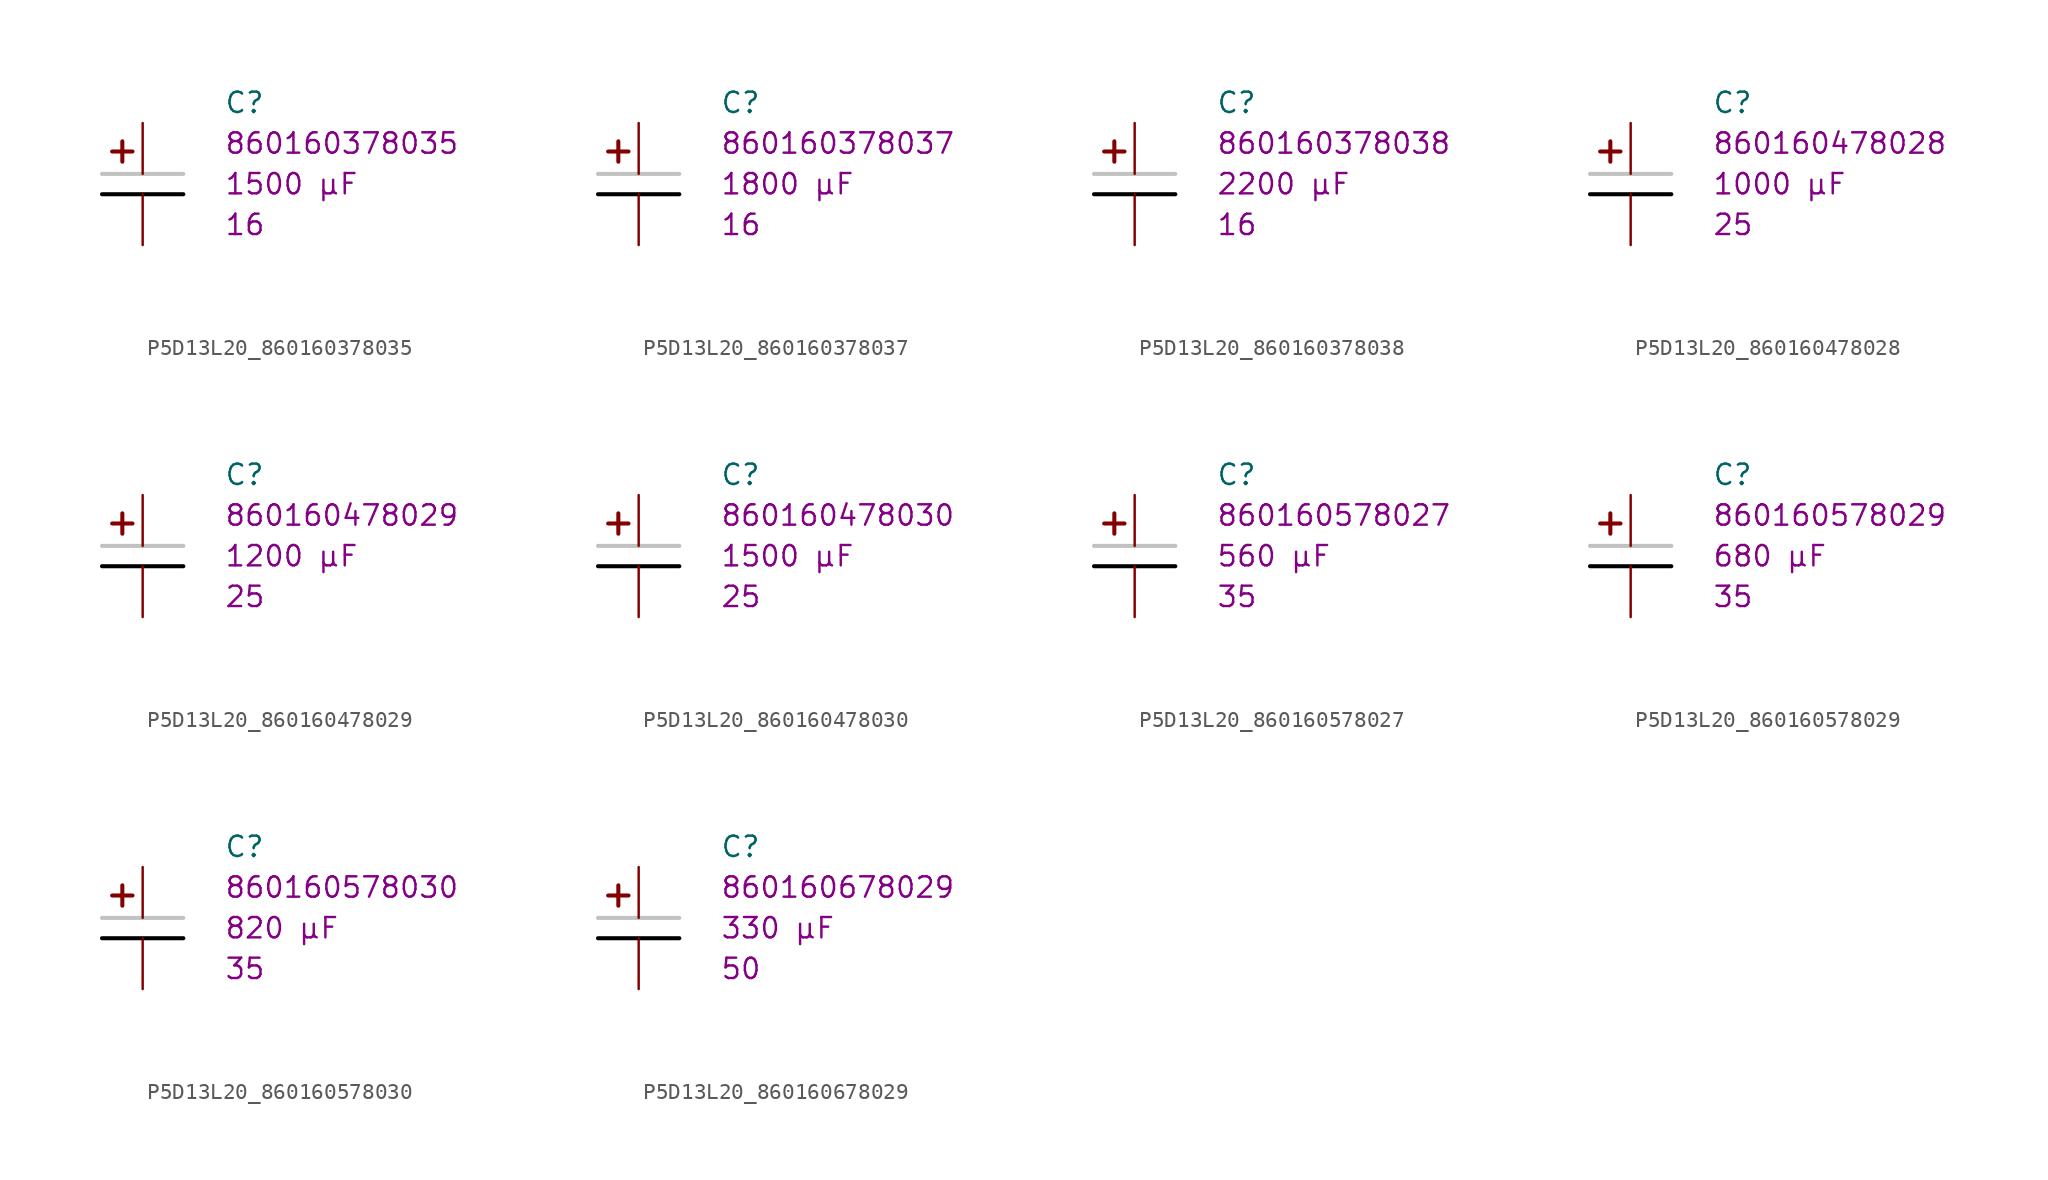
<source format=kicad_sym>
(kicad_symbol_lib
  (version 20220914)
  (generator kicad_symbol_editor)
  (symbol "P5D13L20_860160378035"
    (pin_numbers hide)
    (pin_names hide)
    (property "Reference" "C"
      (at 5.08 5.08 0)
      (effects (font (size 1.27 1.27)) (justify left)))
    (property "Part Number" "860160378035"
      (at 5.08 2.54 0)
      (effects (font (size 1.27 1.27)) (justify left)))
    (property "Capacitance" "1500 µF"
      (at 5.08 0 0)
      (effects (font (size 1.27 1.27)) (justify left)))
    (property "Voltage" "16"
      (at 5.08 -2.54 0)
      (effects (font (size 1.27 1.27)) (justify left)))
    (property "Critical Parameter" ""
      (at 0 -7.62 0)
      (effects (font (size 1.27 1.27))))
    (symbol "P5D13L20_860160378035_1_1"
      (polyline (pts (xy -1.27 2.667) (xy -1.27 1.397)) (stroke (width 0.254) (type default)) (fill (type none)))
      (polyline (pts (xy -0.635 2.032) (xy -1.905 2.032)) (stroke (width 0.254) (type default)) (fill (type none)))
      (polyline (pts (xy 2.54 -0.635) (xy -2.54 -0.635)) (stroke (width 0.254) (type default) (color 0 0 0 1)) (fill (type none)))
      (polyline (pts (xy 2.54 0.635) (xy -2.54 0.635)) (stroke (width 0.254) (type default) (color 194 194 194 1)) (fill (type none)))
      (pin passive line (at 0 3.81 270) (length 3.175) (name "1" (effects (font (size 1.27 1.27)))) (number "1" (effects (font (size 1.27 1.27)))))
      (pin passive line (at 0 -3.81 90) (length 3.175) (name "2" (effects (font (size 1.27 1.27)))) (number "2" (effects (font (size 1.27 1.27)))))))
  (symbol "P5D13L20_860160378037"
    (pin_numbers hide)
    (pin_names hide)
    (property "Reference" "C"
      (at 5.08 5.08 0)
      (effects (font (size 1.27 1.27)) (justify left)))
    (property "Part Number" "860160378037"
      (at 5.08 2.54 0)
      (effects (font (size 1.27 1.27)) (justify left)))
    (property "Capacitance" "1800 µF"
      (at 5.08 0 0)
      (effects (font (size 1.27 1.27)) (justify left)))
    (property "Voltage" "16"
      (at 5.08 -2.54 0)
      (effects (font (size 1.27 1.27)) (justify left)))
    (property "Critical Parameter" ""
      (at 0 -7.62 0)
      (effects (font (size 1.27 1.27))))
    (symbol "P5D13L20_860160378037_1_1"
      (polyline (pts (xy -1.27 2.667) (xy -1.27 1.397)) (stroke (width 0.254) (type default)) (fill (type none)))
      (polyline (pts (xy -0.635 2.032) (xy -1.905 2.032)) (stroke (width 0.254) (type default)) (fill (type none)))
      (polyline (pts (xy 2.54 -0.635) (xy -2.54 -0.635)) (stroke (width 0.254) (type default) (color 0 0 0 1)) (fill (type none)))
      (polyline (pts (xy 2.54 0.635) (xy -2.54 0.635)) (stroke (width 0.254) (type default) (color 194 194 194 1)) (fill (type none)))
      (pin passive line (at 0 3.81 270) (length 3.175) (name "1" (effects (font (size 1.27 1.27)))) (number "1" (effects (font (size 1.27 1.27)))))
      (pin passive line (at 0 -3.81 90) (length 3.175) (name "2" (effects (font (size 1.27 1.27)))) (number "2" (effects (font (size 1.27 1.27)))))))
  (symbol "P5D13L20_860160378038"
    (pin_numbers hide)
    (pin_names hide)
    (property "Reference" "C"
      (at 5.08 5.08 0)
      (effects (font (size 1.27 1.27)) (justify left)))
    (property "Part Number" "860160378038"
      (at 5.08 2.54 0)
      (effects (font (size 1.27 1.27)) (justify left)))
    (property "Capacitance" "2200 µF"
      (at 5.08 0 0)
      (effects (font (size 1.27 1.27)) (justify left)))
    (property "Voltage" "16"
      (at 5.08 -2.54 0)
      (effects (font (size 1.27 1.27)) (justify left)))
    (property "Critical Parameter" ""
      (at 0 -7.62 0)
      (effects (font (size 1.27 1.27))))
    (symbol "P5D13L20_860160378038_1_1"
      (polyline (pts (xy -1.27 2.667) (xy -1.27 1.397)) (stroke (width 0.254) (type default)) (fill (type none)))
      (polyline (pts (xy -0.635 2.032) (xy -1.905 2.032)) (stroke (width 0.254) (type default)) (fill (type none)))
      (polyline (pts (xy 2.54 -0.635) (xy -2.54 -0.635)) (stroke (width 0.254) (type default) (color 0 0 0 1)) (fill (type none)))
      (polyline (pts (xy 2.54 0.635) (xy -2.54 0.635)) (stroke (width 0.254) (type default) (color 194 194 194 1)) (fill (type none)))
      (pin passive line (at 0 3.81 270) (length 3.175) (name "1" (effects (font (size 1.27 1.27)))) (number "1" (effects (font (size 1.27 1.27)))))
      (pin passive line (at 0 -3.81 90) (length 3.175) (name "2" (effects (font (size 1.27 1.27)))) (number "2" (effects (font (size 1.27 1.27)))))))
  (symbol "P5D13L20_860160478028"
    (pin_numbers hide)
    (pin_names hide)
    (property "Reference" "C"
      (at 5.08 5.08 0)
      (effects (font (size 1.27 1.27)) (justify left)))
    (property "Part Number" "860160478028"
      (at 5.08 2.54 0)
      (effects (font (size 1.27 1.27)) (justify left)))
    (property "Capacitance" "1000 µF"
      (at 5.08 0 0)
      (effects (font (size 1.27 1.27)) (justify left)))
    (property "Voltage" "25"
      (at 5.08 -2.54 0)
      (effects (font (size 1.27 1.27)) (justify left)))
    (property "Critical Parameter" ""
      (at 0 -7.62 0)
      (effects (font (size 1.27 1.27))))
    (symbol "P5D13L20_860160478028_1_1"
      (polyline (pts (xy -1.27 2.667) (xy -1.27 1.397)) (stroke (width 0.254) (type default)) (fill (type none)))
      (polyline (pts (xy -0.635 2.032) (xy -1.905 2.032)) (stroke (width 0.254) (type default)) (fill (type none)))
      (polyline (pts (xy 2.54 -0.635) (xy -2.54 -0.635)) (stroke (width 0.254) (type default) (color 0 0 0 1)) (fill (type none)))
      (polyline (pts (xy 2.54 0.635) (xy -2.54 0.635)) (stroke (width 0.254) (type default) (color 194 194 194 1)) (fill (type none)))
      (pin passive line (at 0 3.81 270) (length 3.175) (name "1" (effects (font (size 1.27 1.27)))) (number "1" (effects (font (size 1.27 1.27)))))
      (pin passive line (at 0 -3.81 90) (length 3.175) (name "2" (effects (font (size 1.27 1.27)))) (number "2" (effects (font (size 1.27 1.27)))))))
  (symbol "P5D13L20_860160478029"
    (pin_numbers hide)
    (pin_names hide)
    (property "Reference" "C"
      (at 5.08 5.08 0)
      (effects (font (size 1.27 1.27)) (justify left)))
    (property "Part Number" "860160478029"
      (at 5.08 2.54 0)
      (effects (font (size 1.27 1.27)) (justify left)))
    (property "Capacitance" "1200 µF"
      (at 5.08 0 0)
      (effects (font (size 1.27 1.27)) (justify left)))
    (property "Voltage" "25"
      (at 5.08 -2.54 0)
      (effects (font (size 1.27 1.27)) (justify left)))
    (property "Critical Parameter" ""
      (at 0 -7.62 0)
      (effects (font (size 1.27 1.27))))
    (symbol "P5D13L20_860160478029_1_1"
      (polyline (pts (xy -1.27 2.667) (xy -1.27 1.397)) (stroke (width 0.254) (type default)) (fill (type none)))
      (polyline (pts (xy -0.635 2.032) (xy -1.905 2.032)) (stroke (width 0.254) (type default)) (fill (type none)))
      (polyline (pts (xy 2.54 -0.635) (xy -2.54 -0.635)) (stroke (width 0.254) (type default) (color 0 0 0 1)) (fill (type none)))
      (polyline (pts (xy 2.54 0.635) (xy -2.54 0.635)) (stroke (width 0.254) (type default) (color 194 194 194 1)) (fill (type none)))
      (pin passive line (at 0 3.81 270) (length 3.175) (name "1" (effects (font (size 1.27 1.27)))) (number "1" (effects (font (size 1.27 1.27)))))
      (pin passive line (at 0 -3.81 90) (length 3.175) (name "2" (effects (font (size 1.27 1.27)))) (number "2" (effects (font (size 1.27 1.27)))))))
  (symbol "P5D13L20_860160478030"
    (pin_numbers hide)
    (pin_names hide)
    (property "Reference" "C"
      (at 5.08 5.08 0)
      (effects (font (size 1.27 1.27)) (justify left)))
    (property "Part Number" "860160478030"
      (at 5.08 2.54 0)
      (effects (font (size 1.27 1.27)) (justify left)))
    (property "Capacitance" "1500 µF"
      (at 5.08 0 0)
      (effects (font (size 1.27 1.27)) (justify left)))
    (property "Voltage" "25"
      (at 5.08 -2.54 0)
      (effects (font (size 1.27 1.27)) (justify left)))
    (property "Critical Parameter" ""
      (at 0 -7.62 0)
      (effects (font (size 1.27 1.27))))
    (symbol "P5D13L20_860160478030_1_1"
      (polyline (pts (xy -1.27 2.667) (xy -1.27 1.397)) (stroke (width 0.254) (type default)) (fill (type none)))
      (polyline (pts (xy -0.635 2.032) (xy -1.905 2.032)) (stroke (width 0.254) (type default)) (fill (type none)))
      (polyline (pts (xy 2.54 -0.635) (xy -2.54 -0.635)) (stroke (width 0.254) (type default) (color 0 0 0 1)) (fill (type none)))
      (polyline (pts (xy 2.54 0.635) (xy -2.54 0.635)) (stroke (width 0.254) (type default) (color 194 194 194 1)) (fill (type none)))
      (pin passive line (at 0 3.81 270) (length 3.175) (name "1" (effects (font (size 1.27 1.27)))) (number "1" (effects (font (size 1.27 1.27)))))
      (pin passive line (at 0 -3.81 90) (length 3.175) (name "2" (effects (font (size 1.27 1.27)))) (number "2" (effects (font (size 1.27 1.27)))))))
  (symbol "P5D13L20_860160578027"
    (pin_numbers hide)
    (pin_names hide)
    (property "Reference" "C"
      (at 5.08 5.08 0)
      (effects (font (size 1.27 1.27)) (justify left)))
    (property "Part Number" "860160578027"
      (at 5.08 2.54 0)
      (effects (font (size 1.27 1.27)) (justify left)))
    (property "Capacitance" "560 µF"
      (at 5.08 0 0)
      (effects (font (size 1.27 1.27)) (justify left)))
    (property "Voltage" "35"
      (at 5.08 -2.54 0)
      (effects (font (size 1.27 1.27)) (justify left)))
    (property "Critical Parameter" ""
      (at 0 -7.62 0)
      (effects (font (size 1.27 1.27))))
    (symbol "P5D13L20_860160578027_1_1"
      (polyline (pts (xy -1.27 2.667) (xy -1.27 1.397)) (stroke (width 0.254) (type default)) (fill (type none)))
      (polyline (pts (xy -0.635 2.032) (xy -1.905 2.032)) (stroke (width 0.254) (type default)) (fill (type none)))
      (polyline (pts (xy 2.54 -0.635) (xy -2.54 -0.635)) (stroke (width 0.254) (type default) (color 0 0 0 1)) (fill (type none)))
      (polyline (pts (xy 2.54 0.635) (xy -2.54 0.635)) (stroke (width 0.254) (type default) (color 194 194 194 1)) (fill (type none)))
      (pin passive line (at 0 3.81 270) (length 3.175) (name "1" (effects (font (size 1.27 1.27)))) (number "1" (effects (font (size 1.27 1.27)))))
      (pin passive line (at 0 -3.81 90) (length 3.175) (name "2" (effects (font (size 1.27 1.27)))) (number "2" (effects (font (size 1.27 1.27)))))))
  (symbol "P5D13L20_860160578029"
    (pin_numbers hide)
    (pin_names hide)
    (property "Reference" "C"
      (at 5.08 5.08 0)
      (effects (font (size 1.27 1.27)) (justify left)))
    (property "Part Number" "860160578029"
      (at 5.08 2.54 0)
      (effects (font (size 1.27 1.27)) (justify left)))
    (property "Capacitance" "680 µF"
      (at 5.08 0 0)
      (effects (font (size 1.27 1.27)) (justify left)))
    (property "Voltage" "35"
      (at 5.08 -2.54 0)
      (effects (font (size 1.27 1.27)) (justify left)))
    (property "Critical Parameter" ""
      (at 0 -7.62 0)
      (effects (font (size 1.27 1.27))))
    (symbol "P5D13L20_860160578029_1_1"
      (polyline (pts (xy -1.27 2.667) (xy -1.27 1.397)) (stroke (width 0.254) (type default)) (fill (type none)))
      (polyline (pts (xy -0.635 2.032) (xy -1.905 2.032)) (stroke (width 0.254) (type default)) (fill (type none)))
      (polyline (pts (xy 2.54 -0.635) (xy -2.54 -0.635)) (stroke (width 0.254) (type default) (color 0 0 0 1)) (fill (type none)))
      (polyline (pts (xy 2.54 0.635) (xy -2.54 0.635)) (stroke (width 0.254) (type default) (color 194 194 194 1)) (fill (type none)))
      (pin passive line (at 0 3.81 270) (length 3.175) (name "1" (effects (font (size 1.27 1.27)))) (number "1" (effects (font (size 1.27 1.27)))))
      (pin passive line (at 0 -3.81 90) (length 3.175) (name "2" (effects (font (size 1.27 1.27)))) (number "2" (effects (font (size 1.27 1.27)))))))
  (symbol "P5D13L20_860160578030"
    (pin_numbers hide)
    (pin_names hide)
    (property "Reference" "C"
      (at 5.08 5.08 0)
      (effects (font (size 1.27 1.27)) (justify left)))
    (property "Part Number" "860160578030"
      (at 5.08 2.54 0)
      (effects (font (size 1.27 1.27)) (justify left)))
    (property "Capacitance" "820 µF"
      (at 5.08 0 0)
      (effects (font (size 1.27 1.27)) (justify left)))
    (property "Voltage" "35"
      (at 5.08 -2.54 0)
      (effects (font (size 1.27 1.27)) (justify left)))
    (property "Critical Parameter" ""
      (at 0 -7.62 0)
      (effects (font (size 1.27 1.27))))
    (symbol "P5D13L20_860160578030_1_1"
      (polyline (pts (xy -1.27 2.667) (xy -1.27 1.397)) (stroke (width 0.254) (type default)) (fill (type none)))
      (polyline (pts (xy -0.635 2.032) (xy -1.905 2.032)) (stroke (width 0.254) (type default)) (fill (type none)))
      (polyline (pts (xy 2.54 -0.635) (xy -2.54 -0.635)) (stroke (width 0.254) (type default) (color 0 0 0 1)) (fill (type none)))
      (polyline (pts (xy 2.54 0.635) (xy -2.54 0.635)) (stroke (width 0.254) (type default) (color 194 194 194 1)) (fill (type none)))
      (pin passive line (at 0 3.81 270) (length 3.175) (name "1" (effects (font (size 1.27 1.27)))) (number "1" (effects (font (size 1.27 1.27)))))
      (pin passive line (at 0 -3.81 90) (length 3.175) (name "2" (effects (font (size 1.27 1.27)))) (number "2" (effects (font (size 1.27 1.27)))))))
  (symbol "P5D13L20_860160678029"
    (pin_numbers hide)
    (pin_names hide)
    (property "Reference" "C"
      (at 5.08 5.08 0)
      (effects (font (size 1.27 1.27)) (justify left)))
    (property "Part Number" "860160678029"
      (at 5.08 2.54 0)
      (effects (font (size 1.27 1.27)) (justify left)))
    (property "Capacitance" "330 µF"
      (at 5.08 0 0)
      (effects (font (size 1.27 1.27)) (justify left)))
    (property "Voltage" "50"
      (at 5.08 -2.54 0)
      (effects (font (size 1.27 1.27)) (justify left)))
    (property "Critical Parameter" ""
      (at 0 -7.62 0)
      (effects (font (size 1.27 1.27))))
    (symbol "P5D13L20_860160678029_1_1"
      (polyline (pts (xy -1.27 2.667) (xy -1.27 1.397)) (stroke (width 0.254) (type default)) (fill (type none)))
      (polyline (pts (xy -0.635 2.032) (xy -1.905 2.032)) (stroke (width 0.254) (type default)) (fill (type none)))
      (polyline (pts (xy 2.54 -0.635) (xy -2.54 -0.635)) (stroke (width 0.254) (type default) (color 0 0 0 1)) (fill (type none)))
      (polyline (pts (xy 2.54 0.635) (xy -2.54 0.635)) (stroke (width 0.254) (type default) (color 194 194 194 1)) (fill (type none)))
      (pin passive line (at 0 3.81 270) (length 3.175) (name "1" (effects (font (size 1.27 1.27)))) (number "1" (effects (font (size 1.27 1.27)))))
      (pin passive line (at 0 -3.81 90) (length 3.175) (name "2" (effects (font (size 1.27 1.27)))) (number "2" (effects (font (size 1.27 1.27))))))))
</source>
